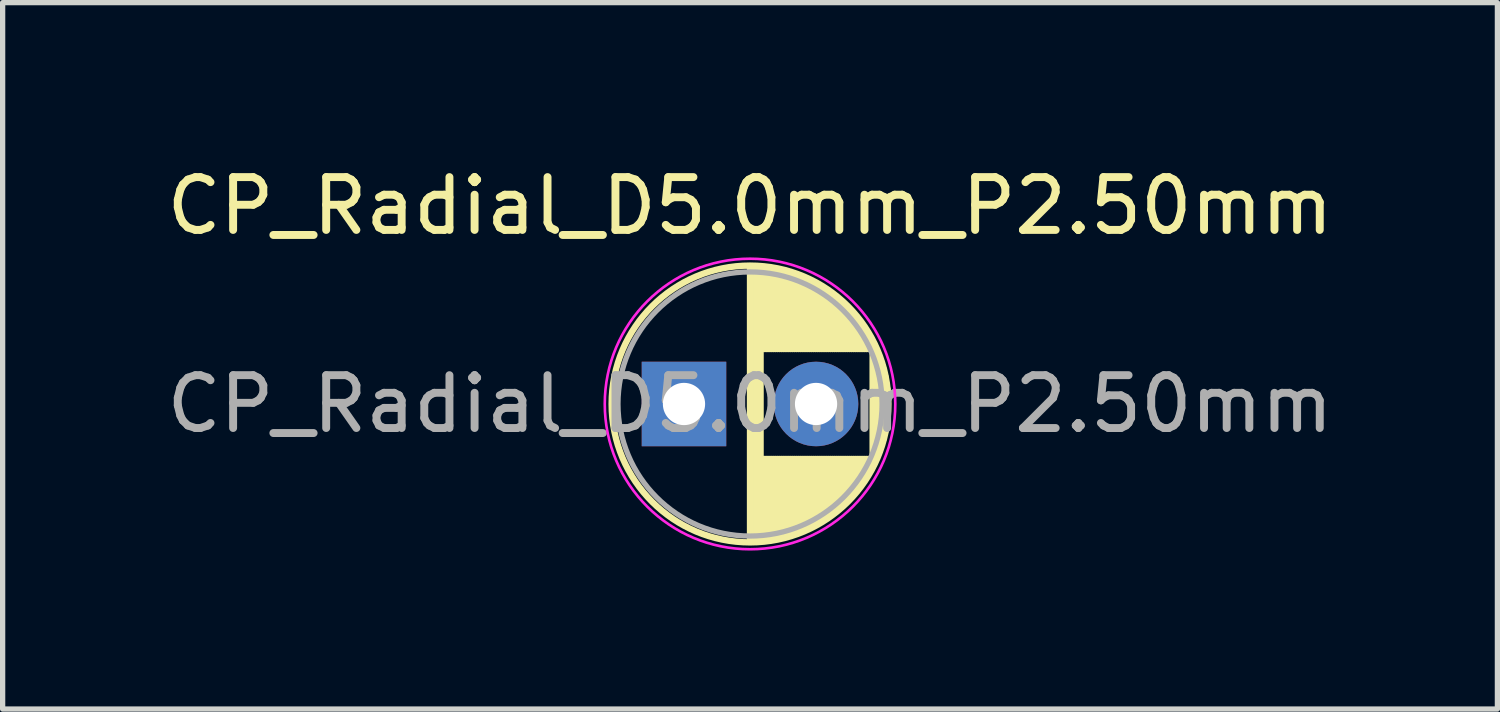
<source format=kicad_pcb>
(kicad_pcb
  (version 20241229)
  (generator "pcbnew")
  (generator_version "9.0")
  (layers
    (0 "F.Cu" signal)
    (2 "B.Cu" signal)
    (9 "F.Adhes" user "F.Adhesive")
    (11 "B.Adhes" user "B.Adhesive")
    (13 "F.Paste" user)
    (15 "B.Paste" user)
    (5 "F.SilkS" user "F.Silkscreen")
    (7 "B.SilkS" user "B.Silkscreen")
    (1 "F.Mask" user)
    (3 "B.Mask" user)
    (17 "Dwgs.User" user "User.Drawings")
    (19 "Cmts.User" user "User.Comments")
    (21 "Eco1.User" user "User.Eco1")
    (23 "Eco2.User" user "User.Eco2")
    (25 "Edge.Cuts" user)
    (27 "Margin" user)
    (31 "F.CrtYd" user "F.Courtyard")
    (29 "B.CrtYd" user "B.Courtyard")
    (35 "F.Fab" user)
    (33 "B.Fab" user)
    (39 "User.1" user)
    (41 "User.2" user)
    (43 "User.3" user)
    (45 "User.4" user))
  (footprint "CP_Radial_D5.0mm_P2.50mm"
    (layer "F.Cu")
    (at 9.899 4.598)
    (property "Reference" "CP_Radial_D5.0mm_P2.50mm" (at 1.25 -3.75 0) (layer "F.SilkS") (effects (font (size 1 1) (thickness 0.15))))
    (attr through_hole)
    (fp_line (start 1.25 -2.58) (end 1.25 2.58) (stroke (width 0.12) (type solid)) (layer "F.SilkS"))
    (fp_line (start 1.29 -2.58) (end 1.29 2.58) (stroke (width 0.12) (type solid)) (layer "F.SilkS"))
    (fp_line (start 1.33 -2.579) (end 1.33 2.579) (stroke (width 0.12) (type solid)) (layer "F.SilkS"))
    (fp_line (start 1.37 -2.578) (end 1.37 2.578) (stroke (width 0.12) (type solid)) (layer "F.SilkS"))
    (fp_line (start 1.41 -2.576) (end 1.41 2.576) (stroke (width 0.12) (type solid)) (layer "F.SilkS"))
    (fp_line (start 1.45 -2.573) (end 1.45 2.573) (stroke (width 0.12) (type solid)) (layer "F.SilkS"))
    (fp_line (start 1.49 -2.569) (end 1.49 -1.04) (stroke (width 0.12) (type solid)) (layer "F.SilkS"))
    (fp_line (start 1.49 1.04) (end 1.49 2.569) (stroke (width 0.12) (type solid)) (layer "F.SilkS"))
    (fp_line (start 1.53 -2.565) (end 1.53 -1.04) (stroke (width 0.12) (type solid)) (layer "F.SilkS"))
    (fp_line (start 1.53 1.04) (end 1.53 2.565) (stroke (width 0.12) (type solid)) (layer "F.SilkS"))
    (fp_line (start 1.57 -2.561) (end 1.57 -1.04) (stroke (width 0.12) (type solid)) (layer "F.SilkS"))
    (fp_line (start 1.57 1.04) (end 1.57 2.561) (stroke (width 0.12) (type solid)) (layer "F.SilkS"))
    (fp_line (start 1.61 -2.556) (end 1.61 -1.04) (stroke (width 0.12) (type solid)) (layer "F.SilkS"))
    (fp_line (start 1.61 1.04) (end 1.61 2.556) (stroke (width 0.12) (type solid)) (layer "F.SilkS"))
    (fp_line (start 1.65 -2.55) (end 1.65 -1.04) (stroke (width 0.12) (type solid)) (layer "F.SilkS"))
    (fp_line (start 1.65 1.04) (end 1.65 2.55) (stroke (width 0.12) (type solid)) (layer "F.SilkS"))
    (fp_line (start 1.69 -2.543) (end 1.69 -1.04) (stroke (width 0.12) (type solid)) (layer "F.SilkS"))
    (fp_line (start 1.69 1.04) (end 1.69 2.543) (stroke (width 0.12) (type solid)) (layer "F.SilkS"))
    (fp_line (start 1.73 -2.536) (end 1.73 -1.04) (stroke (width 0.12) (type solid)) (layer "F.SilkS"))
    (fp_line (start 1.73 1.04) (end 1.73 2.536) (stroke (width 0.12) (type solid)) (layer "F.SilkS"))
    (fp_line (start 1.77 -2.528) (end 1.77 -1.04) (stroke (width 0.12) (type solid)) (layer "F.SilkS"))
    (fp_line (start 1.77 1.04) (end 1.77 2.528) (stroke (width 0.12) (type solid)) (layer "F.SilkS"))
    (fp_line (start 1.81 -2.52) (end 1.81 -1.04) (stroke (width 0.12) (type solid)) (layer "F.SilkS"))
    (fp_line (start 1.81 1.04) (end 1.81 2.52) (stroke (width 0.12) (type solid)) (layer "F.SilkS"))
    (fp_line (start 1.85 -2.511) (end 1.85 -1.04) (stroke (width 0.12) (type solid)) (layer "F.SilkS"))
    (fp_line (start 1.85 1.04) (end 1.85 2.511) (stroke (width 0.12) (type solid)) (layer "F.SilkS"))
    (fp_line (start 1.89 -2.501) (end 1.89 -1.04) (stroke (width 0.12) (type solid)) (layer "F.SilkS"))
    (fp_line (start 1.89 1.04) (end 1.89 2.501) (stroke (width 0.12) (type solid)) (layer "F.SilkS"))
    (fp_line (start 1.93 -2.491) (end 1.93 -1.04) (stroke (width 0.12) (type solid)) (layer "F.SilkS"))
    (fp_line (start 1.93 1.04) (end 1.93 2.491) (stroke (width 0.12) (type solid)) (layer "F.SilkS"))
    (fp_line (start 1.971 -2.48) (end 1.971 -1.04) (stroke (width 0.12) (type solid)) (layer "F.SilkS"))
    (fp_line (start 1.971 1.04) (end 1.971 2.48) (stroke (width 0.12) (type solid)) (layer "F.SilkS"))
    (fp_line (start 2.011 -2.468) (end 2.011 -1.04) (stroke (width 0.12) (type solid)) (layer "F.SilkS"))
    (fp_line (start 2.011 1.04) (end 2.011 2.468) (stroke (width 0.12) (type solid)) (layer "F.SilkS"))
    (fp_line (start 2.051 -2.455) (end 2.051 -1.04) (stroke (width 0.12) (type solid)) (layer "F.SilkS"))
    (fp_line (start 2.051 1.04) (end 2.051 2.455) (stroke (width 0.12) (type solid)) (layer "F.SilkS"))
    (fp_line (start 2.091 -2.442) (end 2.091 -1.04) (stroke (width 0.12) (type solid)) (layer "F.SilkS"))
    (fp_line (start 2.091 1.04) (end 2.091 2.442) (stroke (width 0.12) (type solid)) (layer "F.SilkS"))
    (fp_line (start 2.131 -2.428) (end 2.131 -1.04) (stroke (width 0.12) (type solid)) (layer "F.SilkS"))
    (fp_line (start 2.131 1.04) (end 2.131 2.428) (stroke (width 0.12) (type solid)) (layer "F.SilkS"))
    (fp_line (start 2.171 -2.414) (end 2.171 -1.04) (stroke (width 0.12) (type solid)) (layer "F.SilkS"))
    (fp_line (start 2.171 1.04) (end 2.171 2.414) (stroke (width 0.12) (type solid)) (layer "F.SilkS"))
    (fp_line (start 2.211 -2.398) (end 2.211 -1.04) (stroke (width 0.12) (type solid)) (layer "F.SilkS"))
    (fp_line (start 2.211 1.04) (end 2.211 2.398) (stroke (width 0.12) (type solid)) (layer "F.SilkS"))
    (fp_line (start 2.251 -2.382) (end 2.251 -1.04) (stroke (width 0.12) (type solid)) (layer "F.SilkS"))
    (fp_line (start 2.251 1.04) (end 2.251 2.382) (stroke (width 0.12) (type solid)) (layer "F.SilkS"))
    (fp_line (start 2.291 -2.365) (end 2.291 -1.04) (stroke (width 0.12) (type solid)) (layer "F.SilkS"))
    (fp_line (start 2.291 1.04) (end 2.291 2.365) (stroke (width 0.12) (type solid)) (layer "F.SilkS"))
    (fp_line (start 2.331 -2.348) (end 2.331 -1.04) (stroke (width 0.12) (type solid)) (layer "F.SilkS"))
    (fp_line (start 2.331 1.04) (end 2.331 2.348) (stroke (width 0.12) (type solid)) (layer "F.SilkS"))
    (fp_line (start 2.371 -2.329) (end 2.371 -1.04) (stroke (width 0.12) (type solid)) (layer "F.SilkS"))
    (fp_line (start 2.371 1.04) (end 2.371 2.329) (stroke (width 0.12) (type solid)) (layer "F.SilkS"))
    (fp_line (start 2.411 -2.31) (end 2.411 -1.04) (stroke (width 0.12) (type solid)) (layer "F.SilkS"))
    (fp_line (start 2.411 1.04) (end 2.411 2.31) (stroke (width 0.12) (type solid)) (layer "F.SilkS"))
    (fp_line (start 2.451 -2.29) (end 2.451 -1.04) (stroke (width 0.12) (type solid)) (layer "F.SilkS"))
    (fp_line (start 2.451 1.04) (end 2.451 2.29) (stroke (width 0.12) (type solid)) (layer "F.SilkS"))
    (fp_line (start 2.491 -2.268) (end 2.491 -1.04) (stroke (width 0.12) (type solid)) (layer "F.SilkS"))
    (fp_line (start 2.491 1.04) (end 2.491 2.268) (stroke (width 0.12) (type solid)) (layer "F.SilkS"))
    (fp_line (start 2.531 -2.247) (end 2.531 -1.04) (stroke (width 0.12) (type solid)) (layer "F.SilkS"))
    (fp_line (start 2.531 1.04) (end 2.531 2.247) (stroke (width 0.12) (type solid)) (layer "F.SilkS"))
    (fp_line (start 2.571 -2.224) (end 2.571 -1.04) (stroke (width 0.12) (type solid)) (layer "F.SilkS"))
    (fp_line (start 2.571 1.04) (end 2.571 2.224) (stroke (width 0.12) (type solid)) (layer "F.SilkS"))
    (fp_line (start 2.611 -2.2) (end 2.611 -1.04) (stroke (width 0.12) (type solid)) (layer "F.SilkS"))
    (fp_line (start 2.611 1.04) (end 2.611 2.2) (stroke (width 0.12) (type solid)) (layer "F.SilkS"))
    (fp_line (start 2.651 -2.175) (end 2.651 -1.04) (stroke (width 0.12) (type solid)) (layer "F.SilkS"))
    (fp_line (start 2.651 1.04) (end 2.651 2.175) (stroke (width 0.12) (type solid)) (layer "F.SilkS"))
    (fp_line (start 2.691 -2.149) (end 2.691 -1.04) (stroke (width 0.12) (type solid)) (layer "F.SilkS"))
    (fp_line (start 2.691 1.04) (end 2.691 2.149) (stroke (width 0.12) (type solid)) (layer "F.SilkS"))
    (fp_line (start 2.731 -2.122) (end 2.731 -1.04) (stroke (width 0.12) (type solid)) (layer "F.SilkS"))
    (fp_line (start 2.731 1.04) (end 2.731 2.122) (stroke (width 0.12) (type solid)) (layer "F.SilkS"))
    (fp_line (start 2.771 -2.095) (end 2.771 -1.04) (stroke (width 0.12) (type solid)) (layer "F.SilkS"))
    (fp_line (start 2.771 1.04) (end 2.771 2.095) (stroke (width 0.12) (type solid)) (layer "F.SilkS"))
    (fp_line (start 2.811 -2.065) (end 2.811 -1.04) (stroke (width 0.12) (type solid)) (layer "F.SilkS"))
    (fp_line (start 2.811 1.04) (end 2.811 2.065) (stroke (width 0.12) (type solid)) (layer "F.SilkS"))
    (fp_line (start 2.851 -2.035) (end 2.851 -1.04) (stroke (width 0.12) (type solid)) (layer "F.SilkS"))
    (fp_line (start 2.851 1.04) (end 2.851 2.035) (stroke (width 0.12) (type solid)) (layer "F.SilkS"))
    (fp_line (start 2.891 -2.004) (end 2.891 -1.04) (stroke (width 0.12) (type solid)) (layer "F.SilkS"))
    (fp_line (start 2.891 1.04) (end 2.891 2.004) (stroke (width 0.12) (type solid)) (layer "F.SilkS"))
    (fp_line (start 2.931 -1.971) (end 2.931 -1.04) (stroke (width 0.12) (type solid)) (layer "F.SilkS"))
    (fp_line (start 2.931 1.04) (end 2.931 1.971) (stroke (width 0.12) (type solid)) (layer "F.SilkS"))
    (fp_line (start 2.971 -1.937) (end 2.971 -1.04) (stroke (width 0.12) (type solid)) (layer "F.SilkS"))
    (fp_line (start 2.971 1.04) (end 2.971 1.937) (stroke (width 0.12) (type solid)) (layer "F.SilkS"))
    (fp_line (start 3.011 -1.901) (end 3.011 -1.04) (stroke (width 0.12) (type solid)) (layer "F.SilkS"))
    (fp_line (start 3.011 1.04) (end 3.011 1.901) (stroke (width 0.12) (type solid)) (layer "F.SilkS"))
    (fp_line (start 3.051 -1.864) (end 3.051 -1.04) (stroke (width 0.12) (type solid)) (layer "F.SilkS"))
    (fp_line (start 3.051 1.04) (end 3.051 1.864) (stroke (width 0.12) (type solid)) (layer "F.SilkS"))
    (fp_line (start 3.091 -1.826) (end 3.091 -1.04) (stroke (width 0.12) (type solid)) (layer "F.SilkS"))
    (fp_line (start 3.091 1.04) (end 3.091 1.826) (stroke (width 0.12) (type solid)) (layer "F.SilkS"))
    (fp_line (start 3.131 -1.785) (end 3.131 -1.04) (stroke (width 0.12) (type solid)) (layer "F.SilkS"))
    (fp_line (start 3.131 1.04) (end 3.131 1.785) (stroke (width 0.12) (type solid)) (layer "F.SilkS"))
    (fp_line (start 3.171 -1.743) (end 3.171 -1.04) (stroke (width 0.12) (type solid)) (layer "F.SilkS"))
    (fp_line (start 3.171 1.04) (end 3.171 1.743) (stroke (width 0.12) (type solid)) (layer "F.SilkS"))
    (fp_line (start 3.211 -1.699) (end 3.211 -1.04) (stroke (width 0.12) (type solid)) (layer "F.SilkS"))
    (fp_line (start 3.211 1.04) (end 3.211 1.699) (stroke (width 0.12) (type solid)) (layer "F.SilkS"))
    (fp_line (start 3.251 -1.653) (end 3.251 -1.04) (stroke (width 0.12) (type solid)) (layer "F.SilkS"))
    (fp_line (start 3.251 1.04) (end 3.251 1.653) (stroke (width 0.12) (type solid)) (layer "F.SilkS"))
    (fp_line (start 3.291 -1.605) (end 3.291 -1.04) (stroke (width 0.12) (type solid)) (layer "F.SilkS"))
    (fp_line (start 3.291 1.04) (end 3.291 1.605) (stroke (width 0.12) (type solid)) (layer "F.SilkS"))
    (fp_line (start 3.331 -1.554) (end 3.331 -1.04) (stroke (width 0.12) (type solid)) (layer "F.SilkS"))
    (fp_line (start 3.331 1.04) (end 3.331 1.554) (stroke (width 0.12) (type solid)) (layer "F.SilkS"))
    (fp_line (start 3.371 -1.5) (end 3.371 -1.04) (stroke (width 0.12) (type solid)) (layer "F.SilkS"))
    (fp_line (start 3.371 1.04) (end 3.371 1.5) (stroke (width 0.12) (type solid)) (layer "F.SilkS"))
    (fp_line (start 3.411 -1.443) (end 3.411 -1.04) (stroke (width 0.12) (type solid)) (layer "F.SilkS"))
    (fp_line (start 3.411 1.04) (end 3.411 1.443) (stroke (width 0.12) (type solid)) (layer "F.SilkS"))
    (fp_line (start 3.451 -1.383) (end 3.451 -1.04) (stroke (width 0.12) (type solid)) (layer "F.SilkS"))
    (fp_line (start 3.451 1.04) (end 3.451 1.383) (stroke (width 0.12) (type solid)) (layer "F.SilkS"))
    (fp_line (start 3.491 -1.319) (end 3.491 -1.04) (stroke (width 0.12) (type solid)) (layer "F.SilkS"))
    (fp_line (start 3.491 1.04) (end 3.491 1.319) (stroke (width 0.12) (type solid)) (layer "F.SilkS"))
    (fp_line (start 3.531 -1.251) (end 3.531 -1.04) (stroke (width 0.12) (type solid)) (layer "F.SilkS"))
    (fp_line (start 3.531 1.04) (end 3.531 1.251) (stroke (width 0.12) (type solid)) (layer "F.SilkS"))
    (fp_line (start 3.571 -1.178) (end 3.571 1.178) (stroke (width 0.12) (type solid)) (layer "F.SilkS"))
    (fp_line (start 3.611 -1.098) (end 3.611 1.098) (stroke (width 0.12) (type solid)) (layer "F.SilkS"))
    (fp_line (start 3.651 -1.011) (end 3.651 1.011) (stroke (width 0.12) (type solid)) (layer "F.SilkS"))
    (fp_line (start 3.691 -0.915) (end 3.691 0.915) (stroke (width 0.12) (type solid)) (layer "F.SilkS"))
    (fp_line (start 3.731 -0.805) (end 3.731 0.805) (stroke (width 0.12) (type solid)) (layer "F.SilkS"))
    (fp_line (start 3.771 -0.677) (end 3.771 0.677) (stroke (width 0.12) (type solid)) (layer "F.SilkS"))
    (fp_line (start 3.811 -0.518) (end 3.811 0.518) (stroke (width 0.12) (type solid)) (layer "F.SilkS"))
    (fp_line (start 3.851 -0.284) (end 3.851 0.284) (stroke (width 0.12) (type solid)) (layer "F.SilkS"))
    (fp_circle (center 1.25 0) (end 3.87 0) (stroke (width 0.12) (type solid)) (fill no) (layer "F.SilkS"))
    (fp_circle (center 1.25 0) (end 4 0) (stroke (width 0.05) (type solid)) (fill no) (layer "F.CrtYd"))
    (fp_circle (center 1.25 0) (end 3.75 0) (stroke (width 0.1) (type solid)) (fill no) (layer "F.Fab"))
    (fp_text user "${REFERENCE}" (at 1.25 0 0) (layer "F.Fab") (effects (font (size 1 1) (thickness 0.15))))
    (pad "1" thru_hole rect (at 0 0) (size 1.6 1.6) (drill 0.8) (layers "*.Cu" "*.Mask"))
    (pad "2" thru_hole circle (at 2.5 0) (size 1.6 1.6) (drill 0.8) (layers "*.Cu" "*.Mask")))
  (gr_rect
    (start -3 -3)
    (end 25.298 10.373)
    (stroke (width 0.1) (type default))
    (fill no)
    (layer "Edge.Cuts")))
</source>
